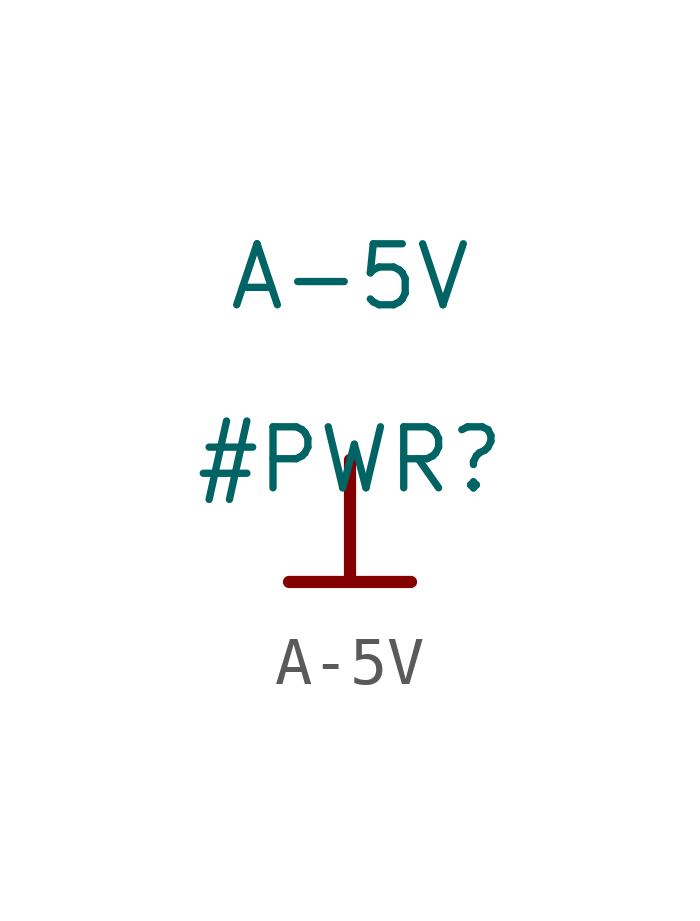
<source format=kicad_sym>
(kicad_symbol_lib
  (version 20220914)
  (generator kicad_symbol_editor)
  (symbol "A-5V"
    (power)
    (property "Reference" "#PWR"
      (at 0 0 0)
      (effects (font (size 1.27 1.27))))
    (property "Value" "A-5V"
      (at 0 3.81 0)
      (effects (font (size 1.27 1.27))))
    (symbol "A-5V_0_0"
      (polyline (pts (xy -1.27 -2.54) (xy 1.27 -2.54)) (stroke (width 0.254) (type solid)) (fill (type none)))
      (polyline (pts (xy 0 0) (xy 0 -2.54)) (stroke (width 0.254) (type solid)) (fill (type none)))
      (pin power_in line (at 0 0 0) (length 0) hide (name "A-5V" (effects (font (size 1.27 1.27)))) (number "" (effects (font (size 1.27 1.27))))))))
</source>
